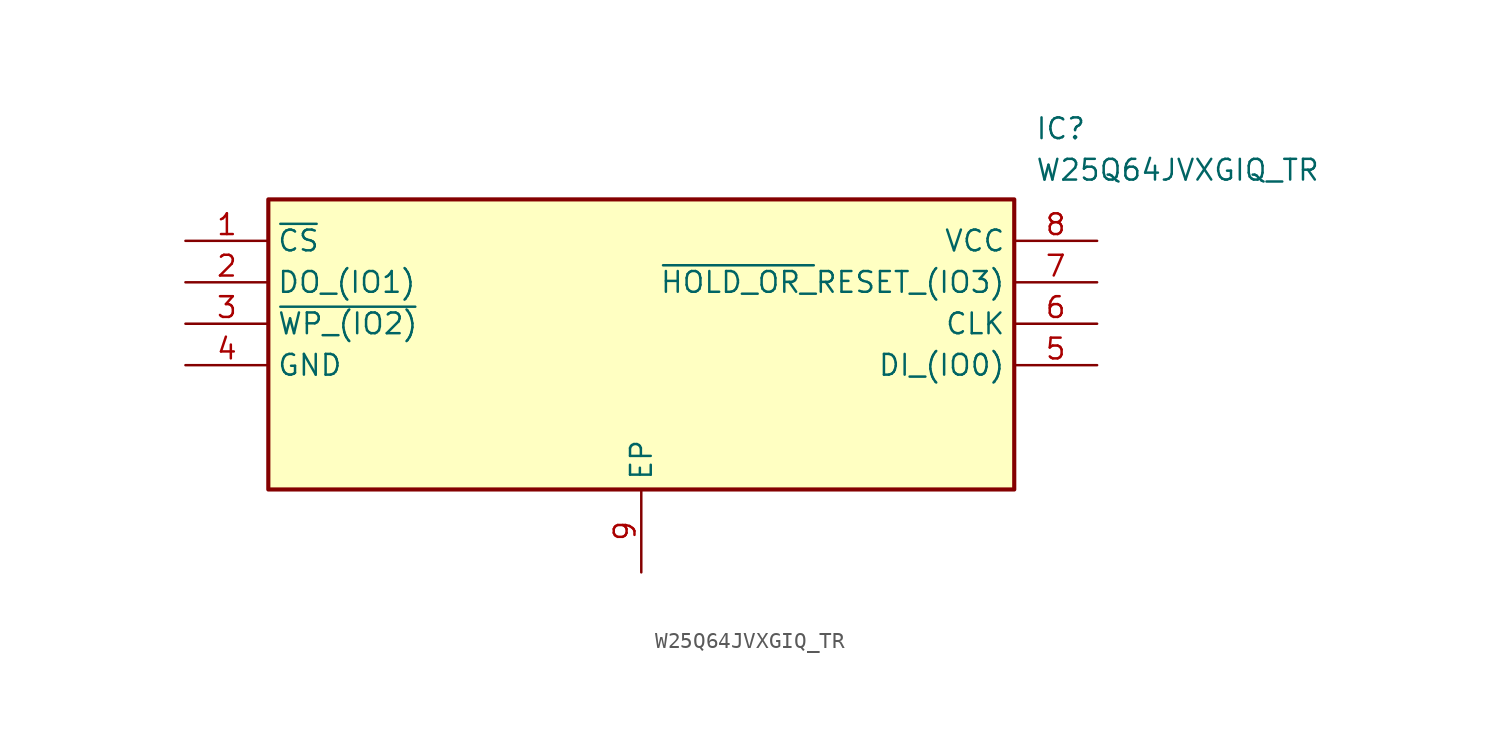
<source format=kicad_sym>
(kicad_symbol_lib
  (version 20211014)
  (generator SamacSys_ECAD_Model)
  (symbol "W25Q64JVXGIQ_TR"
    (property "Reference" "IC"
      (at 52.07 7.62 0)
      (effects (font (size 1.27 1.27)) (justify left top)))
    (property "Value" "W25Q64JVXGIQ_TR"
      (at 52.07 5.08 0)
      (effects (font (size 1.27 1.27)) (justify left top)))
    (rectangle
      (start 5.08 2.54)
      (end 50.8 -15.24)
      (stroke (width 0.254) (type default))
      (fill (type background)))
    (pin passive line
      (at 0 0 0)
      (length 5.08)
      (name "~{CS}" (effects (font (size 1.27 1.27))))
      (number "1" (effects (font (size 1.27 1.27)))))
    (pin passive line
      (at 0 -2.54 0)
      (length 5.08)
      (name "DO_(IO1)" (effects (font (size 1.27 1.27))))
      (number "2" (effects (font (size 1.27 1.27)))))
    (pin passive line
      (at 0 -5.08 0)
      (length 5.08)
      (name "~{WP_(IO2)}" (effects (font (size 1.27 1.27))))
      (number "3" (effects (font (size 1.27 1.27)))))
    (pin passive line
      (at 0 -7.62 0)
      (length 5.08)
      (name "GND" (effects (font (size 1.27 1.27))))
      (number "4" (effects (font (size 1.27 1.27)))))
    (pin passive line
      (at 27.94 -20.32 90)
      (length 5.08)
      (name "EP" (effects (font (size 1.27 1.27))))
      (number "9" (effects (font (size 1.27 1.27)))))
    (pin passive line
      (at 55.88 0 180)
      (length 5.08)
      (name "VCC" (effects (font (size 1.27 1.27))))
      (number "8" (effects (font (size 1.27 1.27)))))
    (pin passive line
      (at 55.88 -2.54 180)
      (length 5.08)
      (name "~{HOLD_OR_}RESET_(IO3)" (effects (font (size 1.27 1.27))))
      (number "7" (effects (font (size 1.27 1.27)))))
    (pin passive line
      (at 55.88 -5.08 180)
      (length 5.08)
      (name "CLK" (effects (font (size 1.27 1.27))))
      (number "6" (effects (font (size 1.27 1.27)))))
    (pin passive line
      (at 55.88 -7.62 180)
      (length 5.08)
      (name "DI_(IO0)" (effects (font (size 1.27 1.27))))
      (number "5" (effects (font (size 1.27 1.27)))))))
</source>
